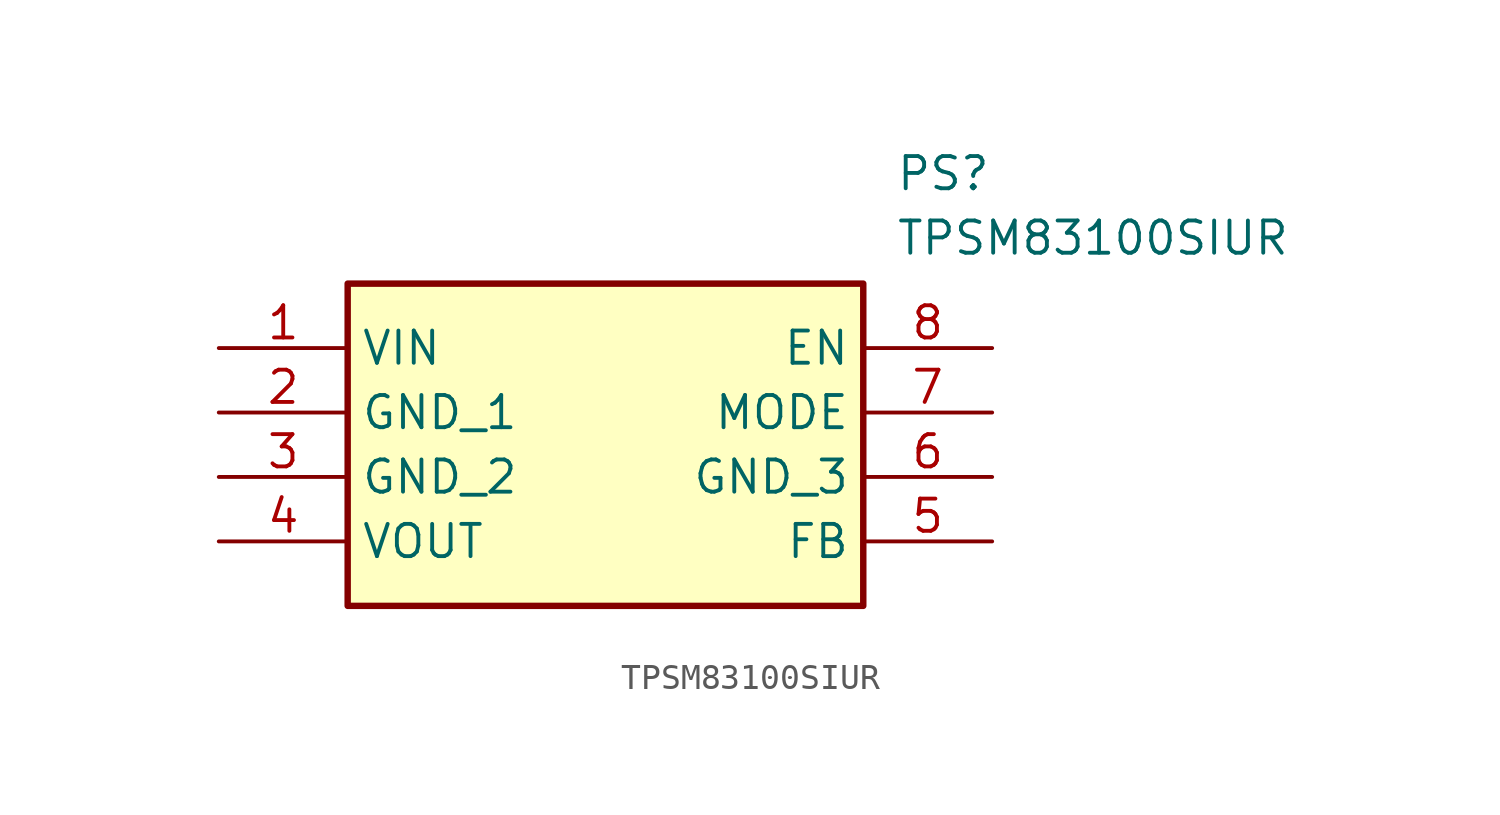
<source format=kicad_sym>
(kicad_symbol_lib
  (version 20241209)
  (generator "kicad_symbol_editor")
  (generator_version "9.0")
  (symbol "TPSM83100SIUR"
    (property "Reference" "PS"
      (at 26.67 7.62 0)
      (effects (font (size 1.27 1.27)) (justify left top)))
    (property "Value" "TPSM83100SIUR"
      (at 26.67 5.08 0)
      (effects (font (size 1.27 1.27)) (justify left top)))
    (symbol "TPSM83100SIUR_1_1"
      (rectangle (start 5.08 2.54) (end 25.4 -10.16) (stroke (width 0.254) (type default)) (fill (type background)))
      (pin passive line (at 0 0 0) (length 5.08) (name "VIN" (effects (font (size 1.27 1.27)))) (number "1" (effects (font (size 1.27 1.27)))))
      (pin passive line (at 0 -2.54 0) (length 5.08) (name "GND_1" (effects (font (size 1.27 1.27)))) (number "2" (effects (font (size 1.27 1.27)))))
      (pin passive line (at 0 -5.08 0) (length 5.08) (name "GND_2" (effects (font (size 1.27 1.27)))) (number "3" (effects (font (size 1.27 1.27)))))
      (pin passive line (at 0 -7.62 0) (length 5.08) (name "VOUT" (effects (font (size 1.27 1.27)))) (number "4" (effects (font (size 1.27 1.27)))))
      (pin passive line (at 30.48 0 180) (length 5.08) (name "EN" (effects (font (size 1.27 1.27)))) (number "8" (effects (font (size 1.27 1.27)))))
      (pin passive line (at 30.48 -2.54 180) (length 5.08) (name "MODE" (effects (font (size 1.27 1.27)))) (number "7" (effects (font (size 1.27 1.27)))))
      (pin passive line (at 30.48 -5.08 180) (length 5.08) (name "GND_3" (effects (font (size 1.27 1.27)))) (number "6" (effects (font (size 1.27 1.27)))))
      (pin passive line (at 30.48 -7.62 180) (length 5.08) (name "FB" (effects (font (size 1.27 1.27)))) (number "5" (effects (font (size 1.27 1.27))))))))
</source>
